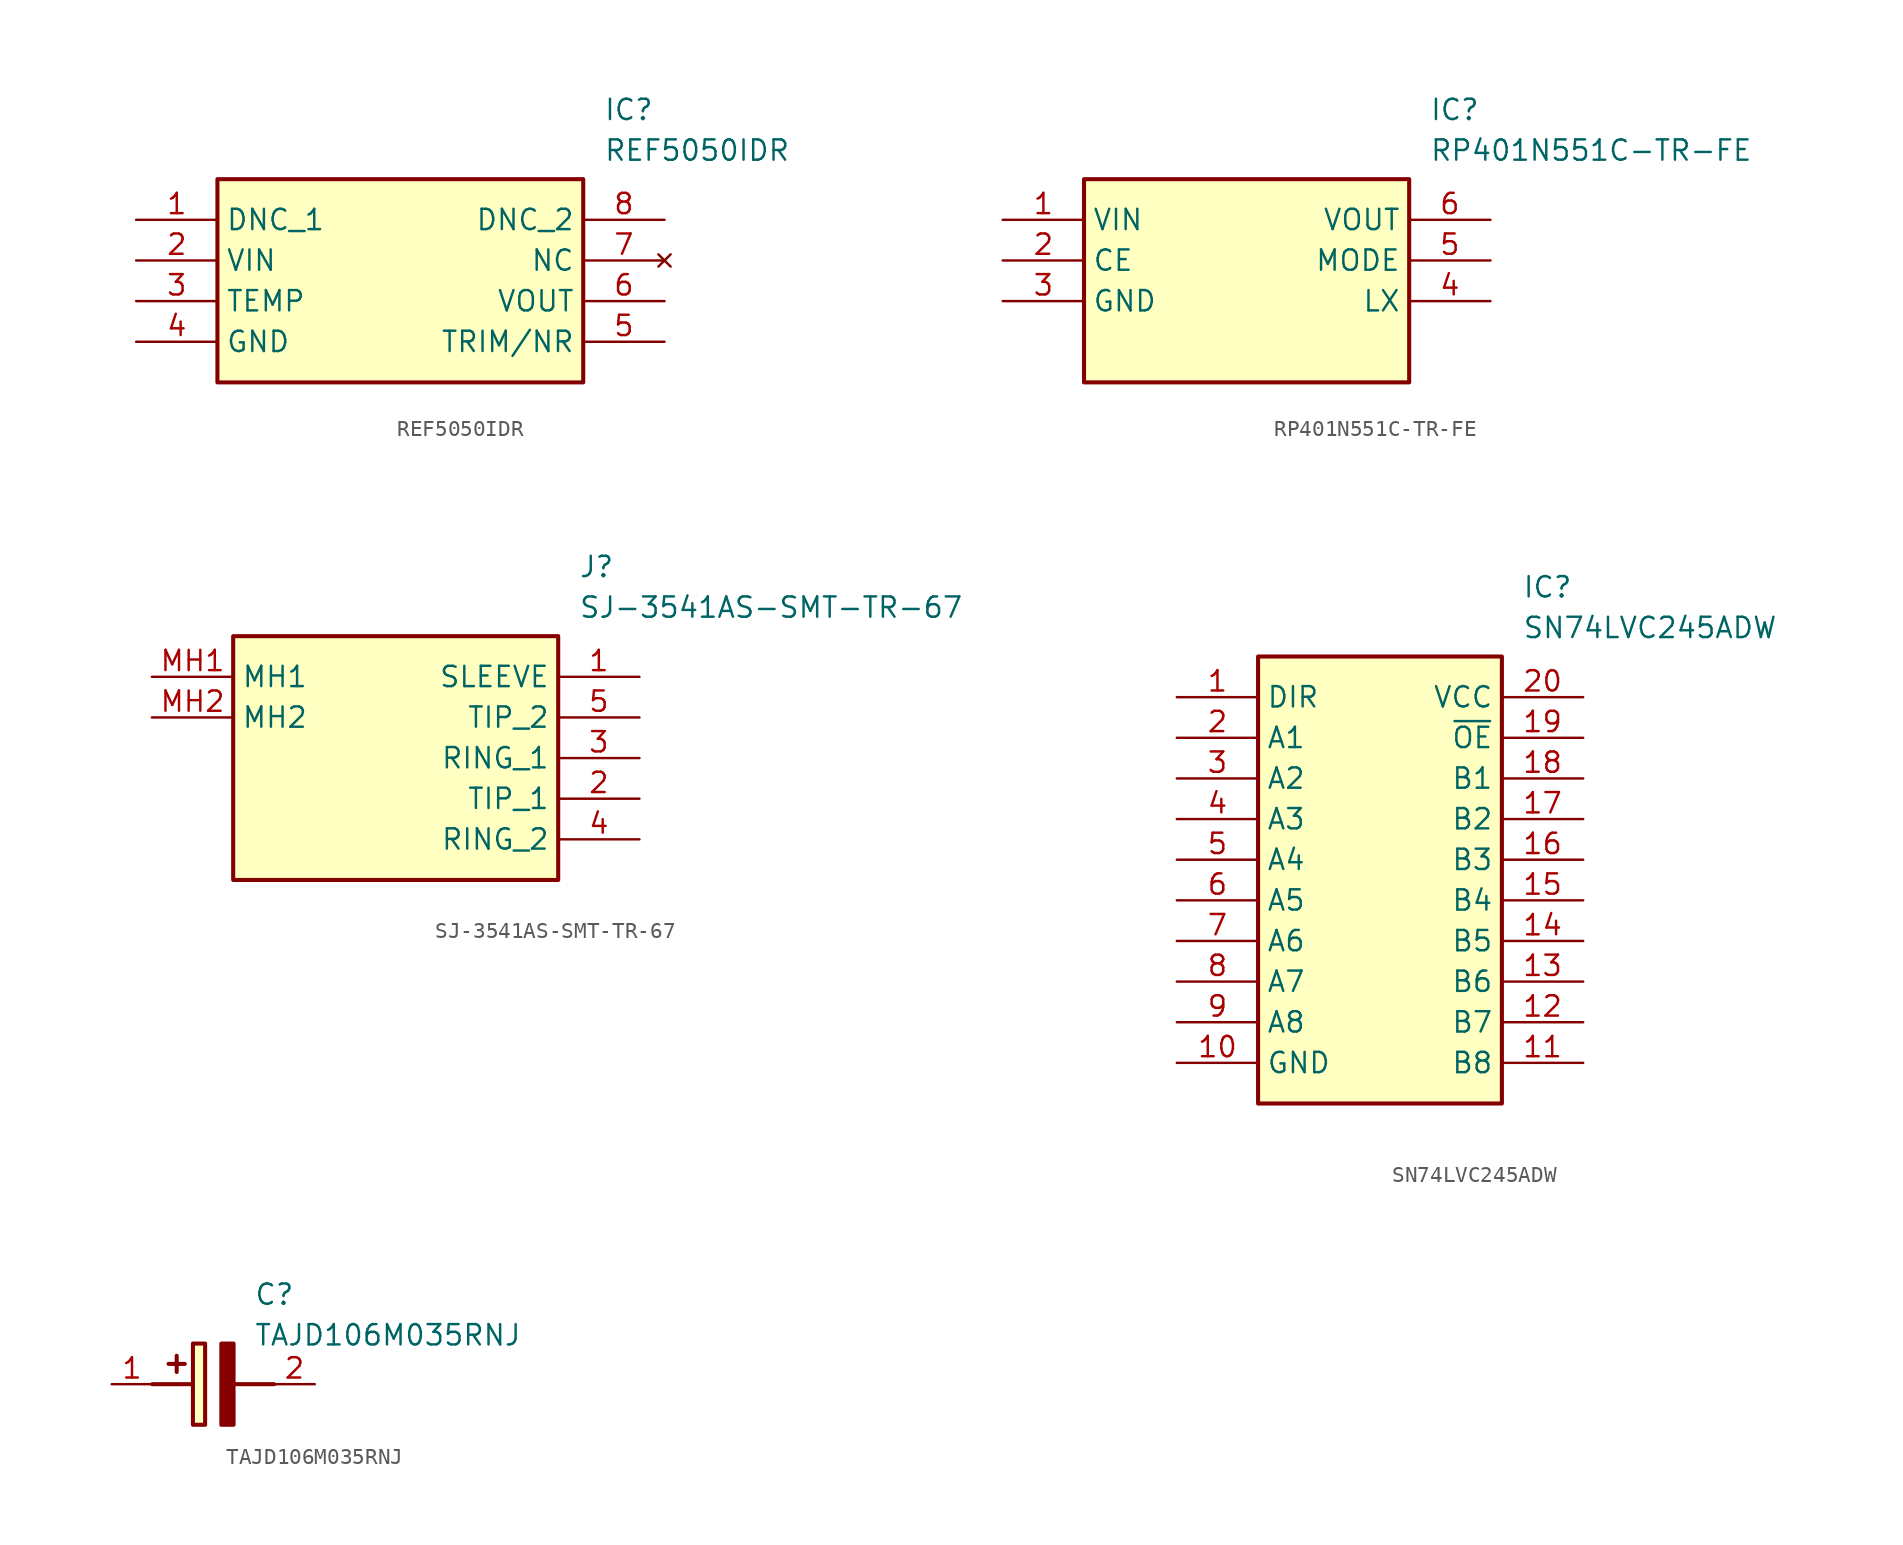
<source format=kicad_sym>
(kicad_symbol_lib
  (version 20231120)
  (generator "kicad_symbol_editor")
  (generator_version "8.0")
  (symbol "REF5050IDR"
    (property "Reference" "IC"
      (at 29.21 7.62 0)
      (effects (font (size 1.27 1.27)) (justify left top)))
    (property "Value" "REF5050IDR"
      (at 29.21 5.08 0)
      (effects (font (size 1.27 1.27)) (justify left top)))
    (symbol "REF5050IDR_1_1"
      (rectangle (start 5.08 2.54) (end 27.94 -10.16) (stroke (width 0.254) (type default)) (fill (type background)))
      (pin passive line (at 0 0 0) (length 5.08) (name "DNC_1" (effects (font (size 1.27 1.27)))) (number "1" (effects (font (size 1.27 1.27)))))
      (pin passive line (at 0 -2.54 0) (length 5.08) (name "VIN" (effects (font (size 1.27 1.27)))) (number "2" (effects (font (size 1.27 1.27)))))
      (pin passive line (at 0 -5.08 0) (length 5.08) (name "TEMP" (effects (font (size 1.27 1.27)))) (number "3" (effects (font (size 1.27 1.27)))))
      (pin passive line (at 0 -7.62 0) (length 5.08) (name "GND" (effects (font (size 1.27 1.27)))) (number "4" (effects (font (size 1.27 1.27)))))
      (pin passive line (at 33.02 -7.62 180) (length 5.08) (name "TRIM/NR" (effects (font (size 1.27 1.27)))) (number "5" (effects (font (size 1.27 1.27)))))
      (pin passive line (at 33.02 -5.08 180) (length 5.08) (name "VOUT" (effects (font (size 1.27 1.27)))) (number "6" (effects (font (size 1.27 1.27)))))
      (pin no_connect line (at 33.02 -2.54 180) (length 5.08) (name "NC" (effects (font (size 1.27 1.27)))) (number "7" (effects (font (size 1.27 1.27)))))
      (pin passive line (at 33.02 0 180) (length 5.08) (name "DNC_2" (effects (font (size 1.27 1.27)))) (number "8" (effects (font (size 1.27 1.27)))))))
  (symbol "RP401N551C-TR-FE"
    (property "Reference" "IC"
      (at 26.67 7.62 0)
      (effects (font (size 1.27 1.27)) (justify left top)))
    (property "Value" "RP401N551C-TR-FE"
      (at 26.67 5.08 0)
      (effects (font (size 1.27 1.27)) (justify left top)))
    (symbol "RP401N551C-TR-FE_1_1"
      (rectangle (start 5.08 2.54) (end 25.4 -10.16) (stroke (width 0.254) (type default)) (fill (type background)))
      (pin passive line (at 0 0 0) (length 5.08) (name "VIN" (effects (font (size 1.27 1.27)))) (number "1" (effects (font (size 1.27 1.27)))))
      (pin passive line (at 0 -2.54 0) (length 5.08) (name "CE" (effects (font (size 1.27 1.27)))) (number "2" (effects (font (size 1.27 1.27)))))
      (pin passive line (at 0 -5.08 0) (length 5.08) (name "GND" (effects (font (size 1.27 1.27)))) (number "3" (effects (font (size 1.27 1.27)))))
      (pin passive line (at 30.48 -5.08 180) (length 5.08) (name "LX" (effects (font (size 1.27 1.27)))) (number "4" (effects (font (size 1.27 1.27)))))
      (pin passive line (at 30.48 -2.54 180) (length 5.08) (name "MODE" (effects (font (size 1.27 1.27)))) (number "5" (effects (font (size 1.27 1.27)))))
      (pin passive line (at 30.48 0 180) (length 5.08) (name "VOUT" (effects (font (size 1.27 1.27)))) (number "6" (effects (font (size 1.27 1.27)))))))
  (symbol "SJ-3541AS-SMT-TR-67"
    (property "Reference" "J"
      (at 26.67 7.62 0)
      (effects (font (size 1.27 1.27)) (justify left top)))
    (property "Value" "SJ-3541AS-SMT-TR-67"
      (at 26.67 5.08 0)
      (effects (font (size 1.27 1.27)) (justify left top)))
    (symbol "SJ-3541AS-SMT-TR-67_1_1"
      (rectangle (start 5.08 2.54) (end 25.4 -12.7) (stroke (width 0.254) (type default)) (fill (type background)))
      (pin passive line (at 30.48 0 180) (length 5.08) (name "SLEEVE" (effects (font (size 1.27 1.27)))) (number "1" (effects (font (size 1.27 1.27)))))
      (pin passive line (at 30.48 -7.62 180) (length 5.08) (name "TIP_1" (effects (font (size 1.27 1.27)))) (number "2" (effects (font (size 1.27 1.27)))))
      (pin passive line (at 30.48 -5.08 180) (length 5.08) (name "RING_1" (effects (font (size 1.27 1.27)))) (number "3" (effects (font (size 1.27 1.27)))))
      (pin passive line (at 30.48 -10.16 180) (length 5.08) (name "RING_2" (effects (font (size 1.27 1.27)))) (number "4" (effects (font (size 1.27 1.27)))))
      (pin passive line (at 30.48 -2.54 180) (length 5.08) (name "TIP_2" (effects (font (size 1.27 1.27)))) (number "5" (effects (font (size 1.27 1.27)))))
      (pin passive line (at 0 0 0) (length 5.08) (name "MH1" (effects (font (size 1.27 1.27)))) (number "MH1" (effects (font (size 1.27 1.27)))))
      (pin passive line (at 0 -2.54 0) (length 5.08) (name "MH2" (effects (font (size 1.27 1.27)))) (number "MH2" (effects (font (size 1.27 1.27)))))))
  (symbol "SN74LVC245ADW"
    (property "Reference" "IC"
      (at 21.59 7.62 0)
      (effects (font (size 1.27 1.27)) (justify left top)))
    (property "Value" "SN74LVC245ADW"
      (at 21.59 5.08 0)
      (effects (font (size 1.27 1.27)) (justify left top)))
    (symbol "SN74LVC245ADW_1_1"
      (rectangle (start 5.08 2.54) (end 20.32 -25.4) (stroke (width 0.254) (type default)) (fill (type background)))
      (pin passive line (at 0 0 0) (length 5.08) (name "DIR" (effects (font (size 1.27 1.27)))) (number "1" (effects (font (size 1.27 1.27)))))
      (pin passive line (at 0 -22.86 0) (length 5.08) (name "GND" (effects (font (size 1.27 1.27)))) (number "10" (effects (font (size 1.27 1.27)))))
      (pin passive line (at 25.4 -22.86 180) (length 5.08) (name "B8" (effects (font (size 1.27 1.27)))) (number "11" (effects (font (size 1.27 1.27)))))
      (pin passive line (at 25.4 -20.32 180) (length 5.08) (name "B7" (effects (font (size 1.27 1.27)))) (number "12" (effects (font (size 1.27 1.27)))))
      (pin passive line (at 25.4 -17.78 180) (length 5.08) (name "B6" (effects (font (size 1.27 1.27)))) (number "13" (effects (font (size 1.27 1.27)))))
      (pin passive line (at 25.4 -15.24 180) (length 5.08) (name "B5" (effects (font (size 1.27 1.27)))) (number "14" (effects (font (size 1.27 1.27)))))
      (pin passive line (at 25.4 -12.7 180) (length 5.08) (name "B4" (effects (font (size 1.27 1.27)))) (number "15" (effects (font (size 1.27 1.27)))))
      (pin passive line (at 25.4 -10.16 180) (length 5.08) (name "B3" (effects (font (size 1.27 1.27)))) (number "16" (effects (font (size 1.27 1.27)))))
      (pin passive line (at 25.4 -7.62 180) (length 5.08) (name "B2" (effects (font (size 1.27 1.27)))) (number "17" (effects (font (size 1.27 1.27)))))
      (pin passive line (at 25.4 -5.08 180) (length 5.08) (name "B1" (effects (font (size 1.27 1.27)))) (number "18" (effects (font (size 1.27 1.27)))))
      (pin passive line (at 25.4 -2.54 180) (length 5.08) (name "~{OE}" (effects (font (size 1.27 1.27)))) (number "19" (effects (font (size 1.27 1.27)))))
      (pin passive line (at 0 -2.54 0) (length 5.08) (name "A1" (effects (font (size 1.27 1.27)))) (number "2" (effects (font (size 1.27 1.27)))))
      (pin passive line (at 25.4 0 180) (length 5.08) (name "VCC" (effects (font (size 1.27 1.27)))) (number "20" (effects (font (size 1.27 1.27)))))
      (pin passive line (at 0 -5.08 0) (length 5.08) (name "A2" (effects (font (size 1.27 1.27)))) (number "3" (effects (font (size 1.27 1.27)))))
      (pin passive line (at 0 -7.62 0) (length 5.08) (name "A3" (effects (font (size 1.27 1.27)))) (number "4" (effects (font (size 1.27 1.27)))))
      (pin passive line (at 0 -10.16 0) (length 5.08) (name "A4" (effects (font (size 1.27 1.27)))) (number "5" (effects (font (size 1.27 1.27)))))
      (pin passive line (at 0 -12.7 0) (length 5.08) (name "A5" (effects (font (size 1.27 1.27)))) (number "6" (effects (font (size 1.27 1.27)))))
      (pin passive line (at 0 -15.24 0) (length 5.08) (name "A6" (effects (font (size 1.27 1.27)))) (number "7" (effects (font (size 1.27 1.27)))))
      (pin passive line (at 0 -17.78 0) (length 5.08) (name "A7" (effects (font (size 1.27 1.27)))) (number "8" (effects (font (size 1.27 1.27)))))
      (pin passive line (at 0 -20.32 0) (length 5.08) (name "A8" (effects (font (size 1.27 1.27)))) (number "9" (effects (font (size 1.27 1.27)))))))
  (symbol "TAJD106M035RNJ"
    (pin_names hide)
    (property "Reference" "C"
      (at 8.89 6.35 0)
      (effects (font (size 1.27 1.27)) (justify left top)))
    (property "Value" "TAJD106M035RNJ"
      (at 8.89 3.81 0)
      (effects (font (size 1.27 1.27)) (justify left top)))
    (symbol "TAJD106M035RNJ_1_1"
      (polyline (pts (xy 2.54 0) (xy 5.08 0)) (stroke (width 0.254) (type default)) (fill (type none)))
      (polyline (pts (xy 4.064 1.778) (xy 4.064 0.762)) (stroke (width 0.254) (type default)) (fill (type none)))
      (polyline (pts (xy 4.572 1.27) (xy 3.556 1.27)) (stroke (width 0.254) (type default)) (fill (type none)))
      (polyline (pts (xy 7.62 0) (xy 10.16 0)) (stroke (width 0.254) (type default)) (fill (type none)))
      (polyline (pts (xy 7.62 2.54) (xy 7.62 -2.54) (xy 6.858 -2.54) (xy 6.858 2.54) (xy 7.62 2.54)) (stroke (width 0.254) (type default)) (fill (type outline)))
      (rectangle (start 5.08 2.54) (end 5.842 -2.54) (stroke (width 0.254) (type default)) (fill (type background)))
      (pin passive line (at 0 0 0) (length 2.54) (name "+" (effects (font (size 1.27 1.27)))) (number "1" (effects (font (size 1.27 1.27)))))
      (pin passive line (at 12.7 0 180) (length 2.54) (name "-" (effects (font (size 1.27 1.27)))) (number "2" (effects (font (size 1.27 1.27))))))))
</source>
